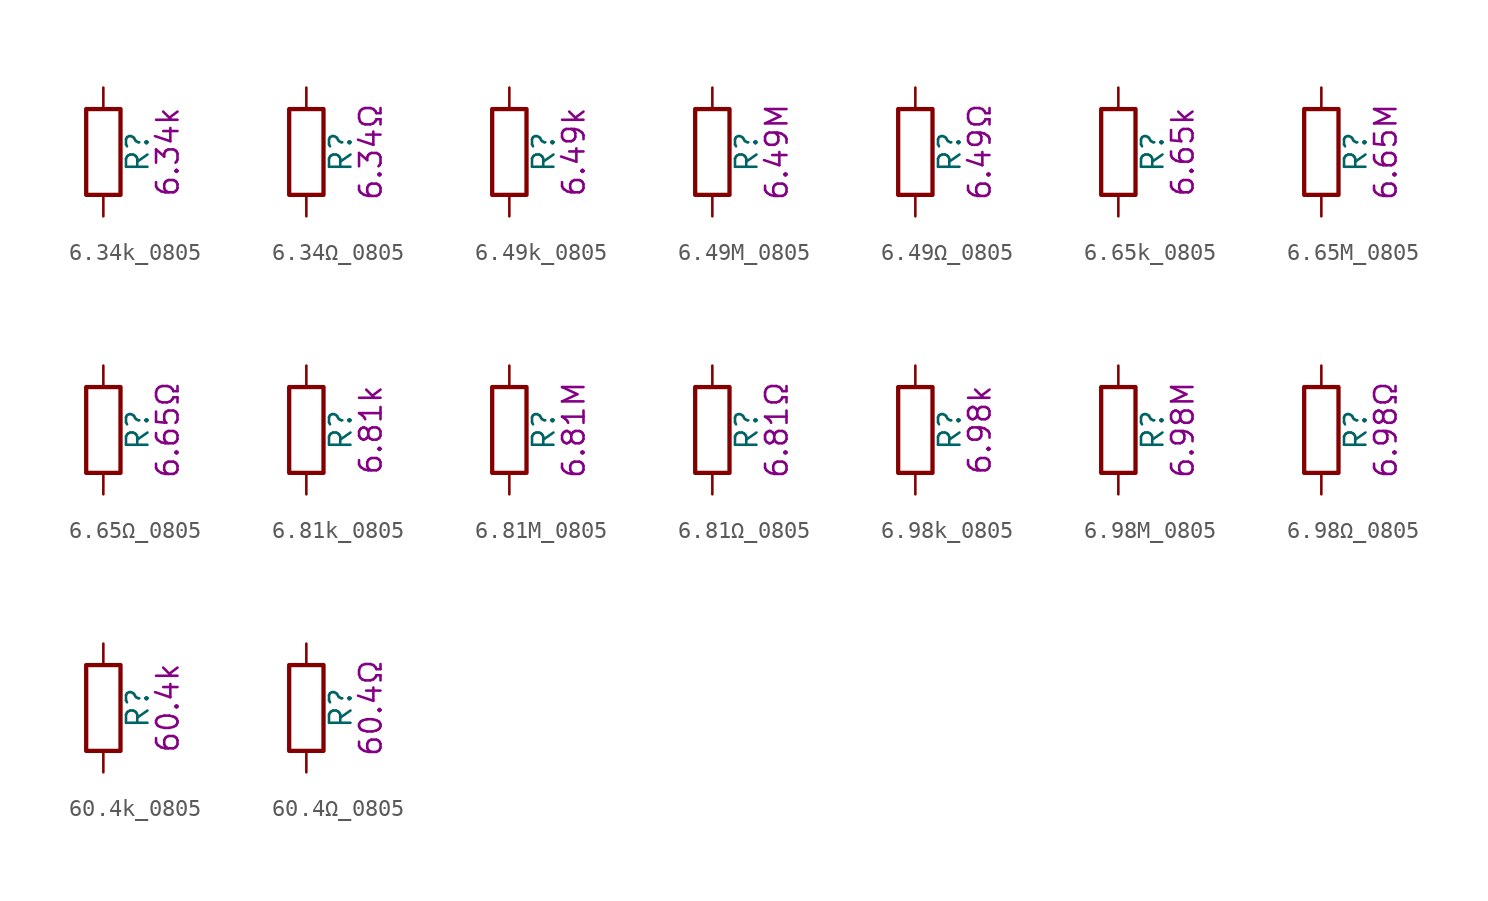
<source format=kicad_sym>
(kicad_symbol_lib
  (version 20211014)
  (generator kicad_symbol_editor)
  (symbol "6.34k_0805"
    (pin_numbers hide)
    (pin_names
      (offset 0))
    (property "Reference" "R"
      (at 2.032 0 90)
      (effects (font (size 1.27 1.27))))
    (property "Display" "6.34k"
      (at 3.81 0 90)
      (effects (font (size 1.27 1.27))))
    (symbol "6.34k_0805_0_1"
      (rectangle (start -1.016 -2.54) (end 1.016 2.54) (stroke (width 0.254) (type default) (color 0 0 0 0)) (fill (type none))))
    (symbol "6.34k_0805_1_1"
      (pin passive line (at 0 3.81 270) (length 1.27) (name "~" (effects (font (size 1.27 1.27)))) (number "1" (effects (font (size 1.27 1.27)))))
      (pin passive line (at 0 -3.81 90) (length 1.27) (name "~" (effects (font (size 1.27 1.27)))) (number "2" (effects (font (size 1.27 1.27)))))))
  (symbol "6.34Ω_0805"
    (pin_numbers hide)
    (pin_names
      (offset 0))
    (property "Reference" "R"
      (at 2.032 0 90)
      (effects (font (size 1.27 1.27))))
    (property "Display" "6.34Ω"
      (at 3.81 0 90)
      (effects (font (size 1.27 1.27))))
    (symbol "6.34Ω_0805_0_1"
      (rectangle (start -1.016 -2.54) (end 1.016 2.54) (stroke (width 0.254) (type default) (color 0 0 0 0)) (fill (type none))))
    (symbol "6.34Ω_0805_1_1"
      (pin passive line (at 0 3.81 270) (length 1.27) (name "~" (effects (font (size 1.27 1.27)))) (number "1" (effects (font (size 1.27 1.27)))))
      (pin passive line (at 0 -3.81 90) (length 1.27) (name "~" (effects (font (size 1.27 1.27)))) (number "2" (effects (font (size 1.27 1.27)))))))
  (symbol "6.49k_0805"
    (pin_numbers hide)
    (pin_names
      (offset 0))
    (property "Reference" "R"
      (at 2.032 0 90)
      (effects (font (size 1.27 1.27))))
    (property "Display" "6.49k"
      (at 3.81 0 90)
      (effects (font (size 1.27 1.27))))
    (symbol "6.49k_0805_0_1"
      (rectangle (start -1.016 -2.54) (end 1.016 2.54) (stroke (width 0.254) (type default) (color 0 0 0 0)) (fill (type none))))
    (symbol "6.49k_0805_1_1"
      (pin passive line (at 0 3.81 270) (length 1.27) (name "~" (effects (font (size 1.27 1.27)))) (number "1" (effects (font (size 1.27 1.27)))))
      (pin passive line (at 0 -3.81 90) (length 1.27) (name "~" (effects (font (size 1.27 1.27)))) (number "2" (effects (font (size 1.27 1.27)))))))
  (symbol "6.49M_0805"
    (pin_numbers hide)
    (pin_names
      (offset 0))
    (property "Reference" "R"
      (at 2.032 0 90)
      (effects (font (size 1.27 1.27))))
    (property "Display" "6.49M"
      (at 3.81 0 90)
      (effects (font (size 1.27 1.27))))
    (symbol "6.49M_0805_0_1"
      (rectangle (start -1.016 -2.54) (end 1.016 2.54) (stroke (width 0.254) (type default) (color 0 0 0 0)) (fill (type none))))
    (symbol "6.49M_0805_1_1"
      (pin passive line (at 0 3.81 270) (length 1.27) (name "~" (effects (font (size 1.27 1.27)))) (number "1" (effects (font (size 1.27 1.27)))))
      (pin passive line (at 0 -3.81 90) (length 1.27) (name "~" (effects (font (size 1.27 1.27)))) (number "2" (effects (font (size 1.27 1.27)))))))
  (symbol "6.49Ω_0805"
    (pin_numbers hide)
    (pin_names
      (offset 0))
    (property "Reference" "R"
      (at 2.032 0 90)
      (effects (font (size 1.27 1.27))))
    (property "Display" "6.49Ω"
      (at 3.81 0 90)
      (effects (font (size 1.27 1.27))))
    (symbol "6.49Ω_0805_0_1"
      (rectangle (start -1.016 -2.54) (end 1.016 2.54) (stroke (width 0.254) (type default) (color 0 0 0 0)) (fill (type none))))
    (symbol "6.49Ω_0805_1_1"
      (pin passive line (at 0 3.81 270) (length 1.27) (name "~" (effects (font (size 1.27 1.27)))) (number "1" (effects (font (size 1.27 1.27)))))
      (pin passive line (at 0 -3.81 90) (length 1.27) (name "~" (effects (font (size 1.27 1.27)))) (number "2" (effects (font (size 1.27 1.27)))))))
  (symbol "6.65k_0805"
    (pin_numbers hide)
    (pin_names
      (offset 0))
    (property "Reference" "R"
      (at 2.032 0 90)
      (effects (font (size 1.27 1.27))))
    (property "Display" "6.65k"
      (at 3.81 0 90)
      (effects (font (size 1.27 1.27))))
    (symbol "6.65k_0805_0_1"
      (rectangle (start -1.016 -2.54) (end 1.016 2.54) (stroke (width 0.254) (type default) (color 0 0 0 0)) (fill (type none))))
    (symbol "6.65k_0805_1_1"
      (pin passive line (at 0 3.81 270) (length 1.27) (name "~" (effects (font (size 1.27 1.27)))) (number "1" (effects (font (size 1.27 1.27)))))
      (pin passive line (at 0 -3.81 90) (length 1.27) (name "~" (effects (font (size 1.27 1.27)))) (number "2" (effects (font (size 1.27 1.27)))))))
  (symbol "6.65M_0805"
    (pin_numbers hide)
    (pin_names
      (offset 0))
    (property "Reference" "R"
      (at 2.032 0 90)
      (effects (font (size 1.27 1.27))))
    (property "Display" "6.65M"
      (at 3.81 0 90)
      (effects (font (size 1.27 1.27))))
    (symbol "6.65M_0805_0_1"
      (rectangle (start -1.016 -2.54) (end 1.016 2.54) (stroke (width 0.254) (type default) (color 0 0 0 0)) (fill (type none))))
    (symbol "6.65M_0805_1_1"
      (pin passive line (at 0 3.81 270) (length 1.27) (name "~" (effects (font (size 1.27 1.27)))) (number "1" (effects (font (size 1.27 1.27)))))
      (pin passive line (at 0 -3.81 90) (length 1.27) (name "~" (effects (font (size 1.27 1.27)))) (number "2" (effects (font (size 1.27 1.27)))))))
  (symbol "6.65Ω_0805"
    (pin_numbers hide)
    (pin_names
      (offset 0))
    (property "Reference" "R"
      (at 2.032 0 90)
      (effects (font (size 1.27 1.27))))
    (property "Display" "6.65Ω"
      (at 3.81 0 90)
      (effects (font (size 1.27 1.27))))
    (symbol "6.65Ω_0805_0_1"
      (rectangle (start -1.016 -2.54) (end 1.016 2.54) (stroke (width 0.254) (type default) (color 0 0 0 0)) (fill (type none))))
    (symbol "6.65Ω_0805_1_1"
      (pin passive line (at 0 3.81 270) (length 1.27) (name "~" (effects (font (size 1.27 1.27)))) (number "1" (effects (font (size 1.27 1.27)))))
      (pin passive line (at 0 -3.81 90) (length 1.27) (name "~" (effects (font (size 1.27 1.27)))) (number "2" (effects (font (size 1.27 1.27)))))))
  (symbol "6.81k_0805"
    (pin_numbers hide)
    (pin_names
      (offset 0))
    (property "Reference" "R"
      (at 2.032 0 90)
      (effects (font (size 1.27 1.27))))
    (property "Display" "6.81k"
      (at 3.81 0 90)
      (effects (font (size 1.27 1.27))))
    (symbol "6.81k_0805_0_1"
      (rectangle (start -1.016 -2.54) (end 1.016 2.54) (stroke (width 0.254) (type default) (color 0 0 0 0)) (fill (type none))))
    (symbol "6.81k_0805_1_1"
      (pin passive line (at 0 3.81 270) (length 1.27) (name "~" (effects (font (size 1.27 1.27)))) (number "1" (effects (font (size 1.27 1.27)))))
      (pin passive line (at 0 -3.81 90) (length 1.27) (name "~" (effects (font (size 1.27 1.27)))) (number "2" (effects (font (size 1.27 1.27)))))))
  (symbol "6.81M_0805"
    (pin_numbers hide)
    (pin_names
      (offset 0))
    (property "Reference" "R"
      (at 2.032 0 90)
      (effects (font (size 1.27 1.27))))
    (property "Display" "6.81M"
      (at 3.81 0 90)
      (effects (font (size 1.27 1.27))))
    (symbol "6.81M_0805_0_1"
      (rectangle (start -1.016 -2.54) (end 1.016 2.54) (stroke (width 0.254) (type default) (color 0 0 0 0)) (fill (type none))))
    (symbol "6.81M_0805_1_1"
      (pin passive line (at 0 3.81 270) (length 1.27) (name "~" (effects (font (size 1.27 1.27)))) (number "1" (effects (font (size 1.27 1.27)))))
      (pin passive line (at 0 -3.81 90) (length 1.27) (name "~" (effects (font (size 1.27 1.27)))) (number "2" (effects (font (size 1.27 1.27)))))))
  (symbol "6.81Ω_0805"
    (pin_numbers hide)
    (pin_names
      (offset 0))
    (property "Reference" "R"
      (at 2.032 0 90)
      (effects (font (size 1.27 1.27))))
    (property "Display" "6.81Ω"
      (at 3.81 0 90)
      (effects (font (size 1.27 1.27))))
    (symbol "6.81Ω_0805_0_1"
      (rectangle (start -1.016 -2.54) (end 1.016 2.54) (stroke (width 0.254) (type default) (color 0 0 0 0)) (fill (type none))))
    (symbol "6.81Ω_0805_1_1"
      (pin passive line (at 0 3.81 270) (length 1.27) (name "~" (effects (font (size 1.27 1.27)))) (number "1" (effects (font (size 1.27 1.27)))))
      (pin passive line (at 0 -3.81 90) (length 1.27) (name "~" (effects (font (size 1.27 1.27)))) (number "2" (effects (font (size 1.27 1.27)))))))
  (symbol "6.98k_0805"
    (pin_numbers hide)
    (pin_names
      (offset 0))
    (property "Reference" "R"
      (at 2.032 0 90)
      (effects (font (size 1.27 1.27))))
    (property "Display" "6.98k"
      (at 3.81 0 90)
      (effects (font (size 1.27 1.27))))
    (symbol "6.98k_0805_0_1"
      (rectangle (start -1.016 -2.54) (end 1.016 2.54) (stroke (width 0.254) (type default) (color 0 0 0 0)) (fill (type none))))
    (symbol "6.98k_0805_1_1"
      (pin passive line (at 0 3.81 270) (length 1.27) (name "~" (effects (font (size 1.27 1.27)))) (number "1" (effects (font (size 1.27 1.27)))))
      (pin passive line (at 0 -3.81 90) (length 1.27) (name "~" (effects (font (size 1.27 1.27)))) (number "2" (effects (font (size 1.27 1.27)))))))
  (symbol "6.98M_0805"
    (pin_numbers hide)
    (pin_names
      (offset 0))
    (property "Reference" "R"
      (at 2.032 0 90)
      (effects (font (size 1.27 1.27))))
    (property "Display" "6.98M"
      (at 3.81 0 90)
      (effects (font (size 1.27 1.27))))
    (symbol "6.98M_0805_0_1"
      (rectangle (start -1.016 -2.54) (end 1.016 2.54) (stroke (width 0.254) (type default) (color 0 0 0 0)) (fill (type none))))
    (symbol "6.98M_0805_1_1"
      (pin passive line (at 0 3.81 270) (length 1.27) (name "~" (effects (font (size 1.27 1.27)))) (number "1" (effects (font (size 1.27 1.27)))))
      (pin passive line (at 0 -3.81 90) (length 1.27) (name "~" (effects (font (size 1.27 1.27)))) (number "2" (effects (font (size 1.27 1.27)))))))
  (symbol "6.98Ω_0805"
    (pin_numbers hide)
    (pin_names
      (offset 0))
    (property "Reference" "R"
      (at 2.032 0 90)
      (effects (font (size 1.27 1.27))))
    (property "Display" "6.98Ω"
      (at 3.81 0 90)
      (effects (font (size 1.27 1.27))))
    (symbol "6.98Ω_0805_0_1"
      (rectangle (start -1.016 -2.54) (end 1.016 2.54) (stroke (width 0.254) (type default) (color 0 0 0 0)) (fill (type none))))
    (symbol "6.98Ω_0805_1_1"
      (pin passive line (at 0 3.81 270) (length 1.27) (name "~" (effects (font (size 1.27 1.27)))) (number "1" (effects (font (size 1.27 1.27)))))
      (pin passive line (at 0 -3.81 90) (length 1.27) (name "~" (effects (font (size 1.27 1.27)))) (number "2" (effects (font (size 1.27 1.27)))))))
  (symbol "60.4k_0805"
    (pin_numbers hide)
    (pin_names
      (offset 0))
    (property "Reference" "R"
      (at 2.032 0 90)
      (effects (font (size 1.27 1.27))))
    (property "Display" "60.4k"
      (at 3.81 0 90)
      (effects (font (size 1.27 1.27))))
    (symbol "60.4k_0805_0_1"
      (rectangle (start -1.016 -2.54) (end 1.016 2.54) (stroke (width 0.254) (type default) (color 0 0 0 0)) (fill (type none))))
    (symbol "60.4k_0805_1_1"
      (pin passive line (at 0 3.81 270) (length 1.27) (name "~" (effects (font (size 1.27 1.27)))) (number "1" (effects (font (size 1.27 1.27)))))
      (pin passive line (at 0 -3.81 90) (length 1.27) (name "~" (effects (font (size 1.27 1.27)))) (number "2" (effects (font (size 1.27 1.27)))))))
  (symbol "60.4Ω_0805"
    (pin_numbers hide)
    (pin_names
      (offset 0))
    (property "Reference" "R"
      (at 2.032 0 90)
      (effects (font (size 1.27 1.27))))
    (property "Display" "60.4Ω"
      (at 3.81 0 90)
      (effects (font (size 1.27 1.27))))
    (symbol "60.4Ω_0805_0_1"
      (rectangle (start -1.016 -2.54) (end 1.016 2.54) (stroke (width 0.254) (type default) (color 0 0 0 0)) (fill (type none))))
    (symbol "60.4Ω_0805_1_1"
      (pin passive line (at 0 3.81 270) (length 1.27) (name "~" (effects (font (size 1.27 1.27)))) (number "1" (effects (font (size 1.27 1.27)))))
      (pin passive line (at 0 -3.81 90) (length 1.27) (name "~" (effects (font (size 1.27 1.27)))) (number "2" (effects (font (size 1.27 1.27))))))))
</source>
